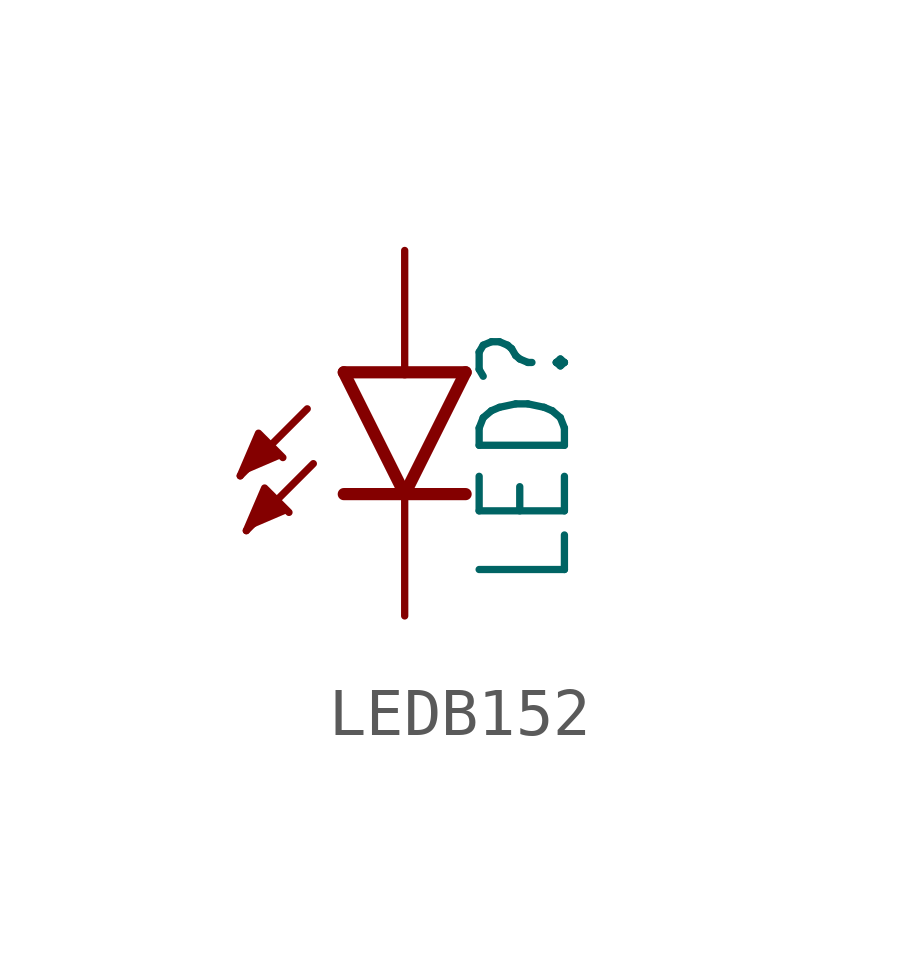
<source format=kicad_sym>
(kicad_symbol_lib
  (version 20231120)
  (generator "kicad_symbol_editor")
  (generator_version "8.0")
  (symbol "LEDB152"
    (property "Reference" "LED"
      (at 3.556 -4.572 90)
      (effects (font (size 1.778 1.511)) (justify left bottom)))
    (property "Value" ""
      (at 5.715 -4.572 90)
      (effects (font (size 1.778 1.511)) (justify left bottom)))
    (property "ki_locked" ""
      (at 0 0 0)
      (effects (font (size 1.27 1.27))))
    (symbol "LEDB152_1_0"
      (polyline (pts (xy -2.032 -0.762) (xy -3.429 -2.159)) (stroke (width 0.152) (type solid)) (fill (type none)))
      (polyline (pts (xy -1.905 -1.905) (xy -3.302 -3.302)) (stroke (width 0.152) (type solid)) (fill (type none)))
      (polyline (pts (xy 0 -2.54) (xy -1.27 -2.54)) (stroke (width 0.254) (type solid)) (fill (type none)))
      (polyline (pts (xy 0 -2.54) (xy -1.27 0)) (stroke (width 0.254) (type solid)) (fill (type none)))
      (polyline (pts (xy 0 0) (xy -1.27 0)) (stroke (width 0.254) (type solid)) (fill (type none)))
      (polyline (pts (xy 1.27 -2.54) (xy 0 -2.54)) (stroke (width 0.254) (type solid)) (fill (type none)))
      (polyline (pts (xy 1.27 0) (xy 0 -2.54)) (stroke (width 0.254) (type solid)) (fill (type none)))
      (polyline (pts (xy 1.27 0) (xy 0 0)) (stroke (width 0.254) (type solid)) (fill (type none)))
      (polyline (pts (xy -3.429 -2.159) (xy -3.048 -1.27) (xy -2.54 -1.778)) (stroke (width 0.152) (type solid)) (fill (type outline)))
      (polyline (pts (xy -3.302 -3.302) (xy -2.921 -2.413) (xy -2.413 -2.921)) (stroke (width 0.152) (type solid)) (fill (type outline)))
      (pin passive line (at 0 2.54 270) (length 2.54) (name "A" (effects (font (size 0 0)))) (number "A" (effects (font (size 0 0)))))
      (pin passive line (at 0 -5.08 90) (length 2.54) (name "C" (effects (font (size 0 0)))) (number "K" (effects (font (size 0 0))))))))
</source>
